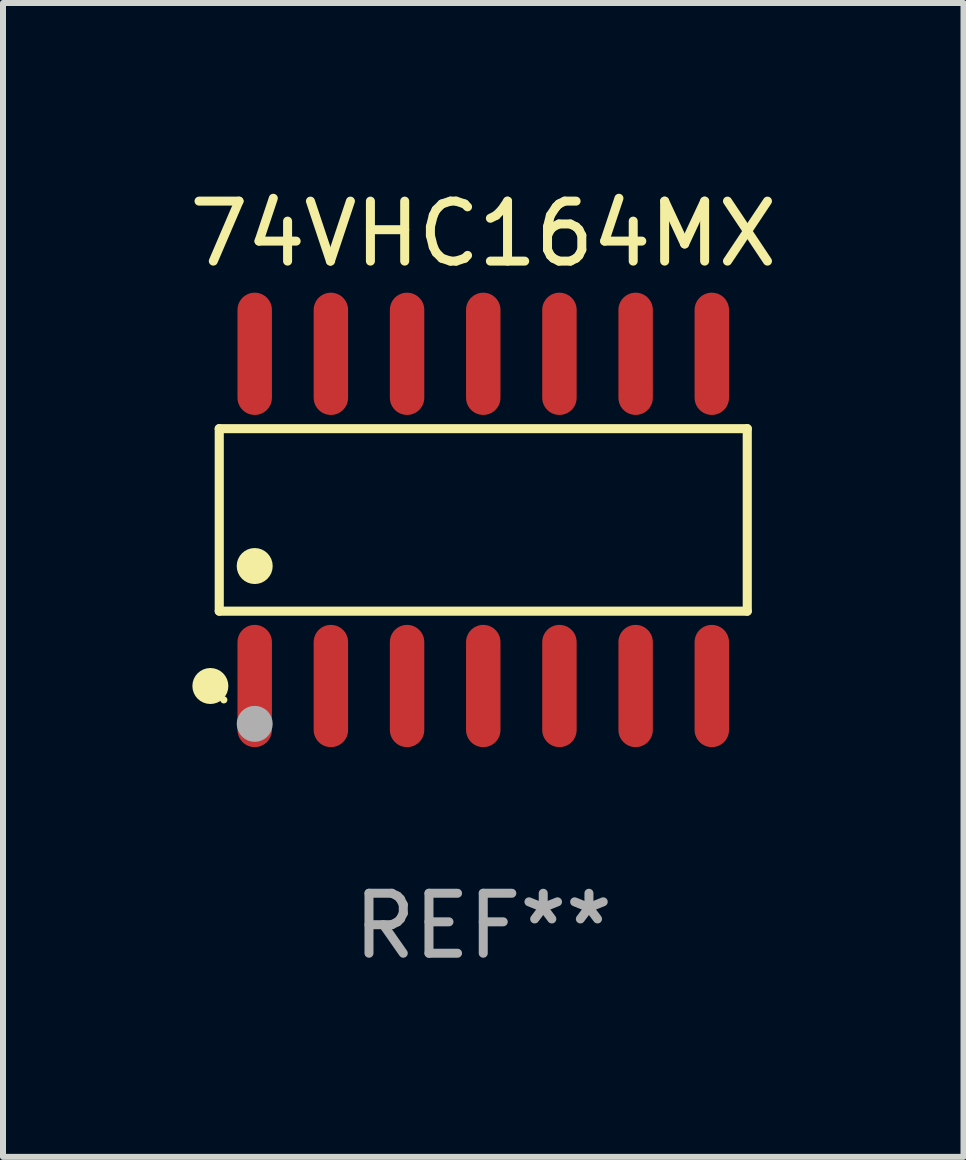
<source format=kicad_pcb>
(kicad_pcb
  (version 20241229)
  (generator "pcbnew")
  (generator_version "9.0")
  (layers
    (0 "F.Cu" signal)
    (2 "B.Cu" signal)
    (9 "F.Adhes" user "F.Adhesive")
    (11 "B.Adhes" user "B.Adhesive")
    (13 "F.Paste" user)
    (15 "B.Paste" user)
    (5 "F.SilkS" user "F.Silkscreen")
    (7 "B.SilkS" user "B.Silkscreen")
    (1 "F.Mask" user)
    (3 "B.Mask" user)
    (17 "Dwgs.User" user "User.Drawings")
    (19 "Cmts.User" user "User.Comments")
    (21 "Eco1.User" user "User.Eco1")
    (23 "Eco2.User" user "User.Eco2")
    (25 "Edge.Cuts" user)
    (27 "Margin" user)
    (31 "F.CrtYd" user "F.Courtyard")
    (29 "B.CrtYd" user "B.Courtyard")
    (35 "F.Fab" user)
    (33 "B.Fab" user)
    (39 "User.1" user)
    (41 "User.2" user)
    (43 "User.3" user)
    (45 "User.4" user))
  (footprint "74VHC164MX"
    (layer "F.Cu")
    (at 5.006 5.617)
    (property "Reference" "74VHC164MX" (at 0 -4.769 0) (layer "F.SilkS") (effects (font (size 1 1) (thickness 0.15))))
    (attr through_hole)
    (fp_line (start -4.401 -1.521) (end 4.401 -1.521) (stroke (width 0.152) (type solid)) (layer "F.SilkS"))
    (fp_line (start -4.401 1.521) (end -4.401 -1.521) (stroke (width 0.152) (type solid)) (layer "F.SilkS"))
    (fp_line (start 4.401 -1.521) (end 4.401 1.521) (stroke (width 0.152) (type solid)) (layer "F.SilkS"))
    (fp_line (start 4.401 1.521) (end -4.401 1.521) (stroke (width 0.152) (type solid)) (layer "F.SilkS"))
    (fp_circle (center -4.549 2.769) (end -4.399 2.769) (stroke (width 0.3) (type solid)) (fill no) (layer "F.SilkS"))
    (fp_circle (center -4.325 3) (end -4.295 3) (stroke (width 0.06) (type solid)) (fill no) (layer "F.SilkS"))
    (fp_circle (center -3.81 0.769) (end -3.66 0.769) (stroke (width 0.3) (type solid)) (fill no) (layer "F.SilkS"))
    (fp_circle (center -3.81 3.4) (end -3.66 3.4) (stroke (width 0.3) (type solid)) (fill no) (layer "F.Fab"))
    (fp_text user "REF**" (at 0 6.769 0) (layer "F.Fab") (effects (font (size 1 1) (thickness 0.15))))
    (pad "1" smd oval (at -3.81 2.769) (size 0.574 2.038) (layers "F.Cu" "F.Mask" "F.Paste"))
    (pad "2" smd oval (at -2.54 2.769) (size 0.574 2.038) (layers "F.Cu" "F.Mask" "F.Paste"))
    (pad "3" smd oval (at -1.27 2.769) (size 0.574 2.038) (layers "F.Cu" "F.Mask" "F.Paste"))
    (pad "4" smd oval (at 0 2.769) (size 0.574 2.038) (layers "F.Cu" "F.Mask" "F.Paste"))
    (pad "5" smd oval (at 1.27 2.769) (size 0.574 2.038) (layers "F.Cu" "F.Mask" "F.Paste"))
    (pad "6" smd oval (at 2.54 2.769) (size 0.574 2.038) (layers "F.Cu" "F.Mask" "F.Paste"))
    (pad "7" smd oval (at 3.81 2.769) (size 0.574 2.038) (layers "F.Cu" "F.Mask" "F.Paste"))
    (pad "8" smd oval (at 3.81 -2.769) (size 0.574 2.038) (layers "F.Cu" "F.Mask" "F.Paste"))
    (pad "9" smd oval (at 2.54 -2.769) (size 0.574 2.038) (layers "F.Cu" "F.Mask" "F.Paste"))
    (pad "10" smd oval (at 1.27 -2.769) (size 0.574 2.038) (layers "F.Cu" "F.Mask" "F.Paste"))
    (pad "11" smd oval (at 0 -2.769) (size 0.574 2.038) (layers "F.Cu" "F.Mask" "F.Paste"))
    (pad "12" smd oval (at -1.27 -2.769) (size 0.574 2.038) (layers "F.Cu" "F.Mask" "F.Paste"))
    (pad "13" smd oval (at -2.54 -2.769) (size 0.574 2.038) (layers "F.Cu" "F.Mask" "F.Paste"))
    (pad "14" smd oval (at -3.81 -2.769) (size 0.574 2.038) (layers "F.Cu" "F.Mask" "F.Paste")))
  (gr_rect
    (start -3 -3)
    (end 13.012 16.235)
    (stroke (width 0.1) (type default))
    (fill no)
    (layer "Edge.Cuts")))
</source>
